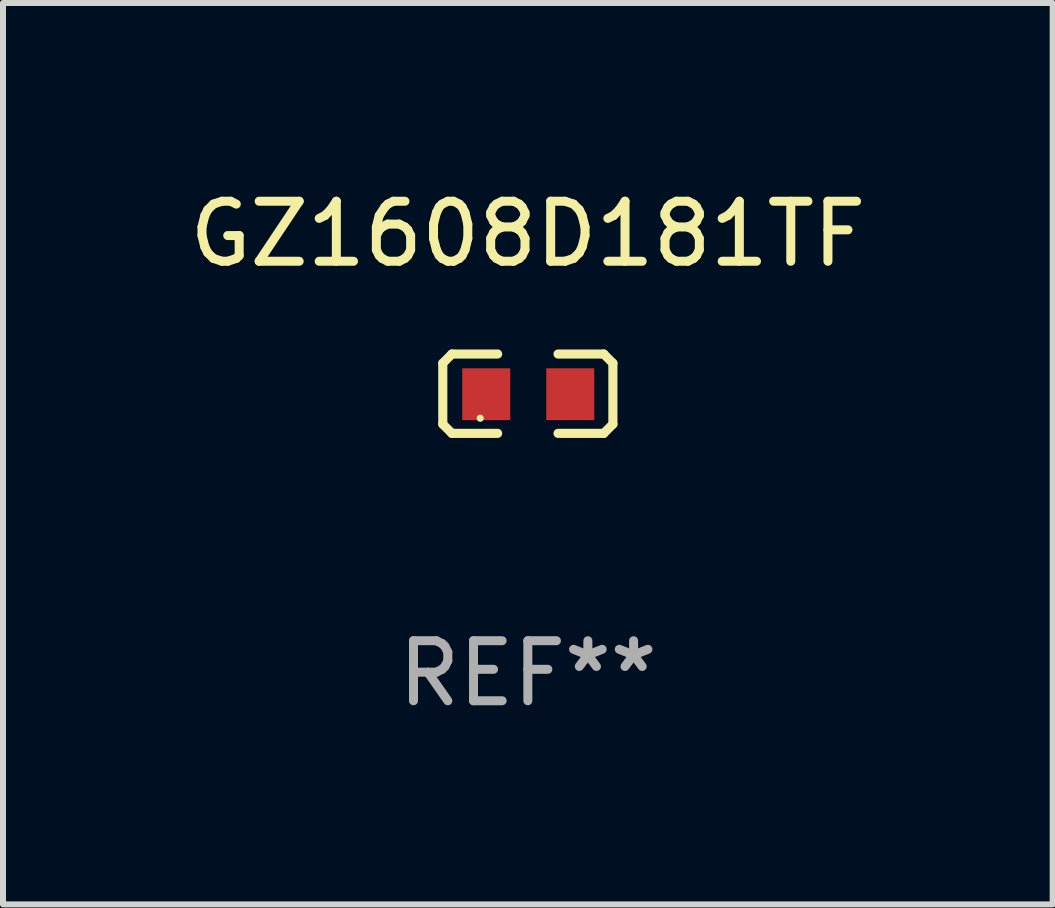
<source format=kicad_pcb>
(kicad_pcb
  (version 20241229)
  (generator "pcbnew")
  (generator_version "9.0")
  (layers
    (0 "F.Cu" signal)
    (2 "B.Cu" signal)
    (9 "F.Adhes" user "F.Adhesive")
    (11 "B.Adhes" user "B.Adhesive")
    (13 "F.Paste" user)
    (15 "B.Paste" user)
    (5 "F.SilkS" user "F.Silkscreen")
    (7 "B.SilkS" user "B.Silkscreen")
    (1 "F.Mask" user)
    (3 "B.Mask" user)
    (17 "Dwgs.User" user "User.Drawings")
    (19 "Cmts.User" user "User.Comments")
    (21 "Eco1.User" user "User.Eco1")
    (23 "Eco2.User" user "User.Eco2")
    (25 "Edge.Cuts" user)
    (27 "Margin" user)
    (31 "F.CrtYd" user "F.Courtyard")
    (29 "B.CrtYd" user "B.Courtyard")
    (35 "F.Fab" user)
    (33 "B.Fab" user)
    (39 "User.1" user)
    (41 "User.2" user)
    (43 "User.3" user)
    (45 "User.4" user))
  (footprint "GZ1608D181TF"
    (layer "F.Cu")
    (at 5.744 3.509)
    (property "Reference" "GZ1608D181TF" (at 0 -2.661 0) (layer "F.SilkS") (effects (font (size 1 1) (thickness 0.15))))
    (attr through_hole)
    (fp_line (start -1.417 -0.508) (end -1.265 -0.661) (stroke (width 0.152) (type solid)) (layer "F.SilkS"))
    (fp_line (start -1.417 0.508) (end -1.417 -0.508) (stroke (width 0.152) (type solid)) (layer "F.SilkS"))
    (fp_line (start -1.265 -0.661) (end -0.503 -0.661) (stroke (width 0.152) (type solid)) (layer "F.SilkS"))
    (fp_line (start -1.265 0.661) (end -1.417 0.508) (stroke (width 0.152) (type solid)) (layer "F.SilkS"))
    (fp_line (start -1.265 0.661) (end -0.503 0.661) (stroke (width 0.152) (type solid)) (layer "F.SilkS"))
    (fp_line (start 1.265 -0.661) (end 0.503 -0.661) (stroke (width 0.152) (type solid)) (layer "F.SilkS"))
    (fp_line (start 1.265 -0.661) (end 1.417 -0.508) (stroke (width 0.152) (type solid)) (layer "F.SilkS"))
    (fp_line (start 1.265 0.661) (end 0.503 0.661) (stroke (width 0.152) (type solid)) (layer "F.SilkS"))
    (fp_line (start 1.417 -0.508) (end 1.417 0.508) (stroke (width 0.152) (type solid)) (layer "F.SilkS"))
    (fp_line (start 1.417 0.508) (end 1.265 0.661) (stroke (width 0.152) (type solid)) (layer "F.SilkS"))
    (fp_circle (center -0.793 0.409) (end -0.763 0.409) (stroke (width 0.06) (type solid)) (fill no) (layer "F.SilkS"))
    (fp_text user "REF**" (at 0 4.661 0) (layer "F.Fab") (effects (font (size 1 1) (thickness 0.15))))
    (pad "1" smd rect (at -0.693 0.009 180) (size 0.8 0.864) (layers "F.Cu" "F.Mask" "F.Paste"))
    (pad "2" smd rect (at 0.707 0.009 180) (size 0.8 0.864) (layers "F.Cu" "F.Mask" "F.Paste")))
  (gr_rect
    (start -3 -3)
    (end 14.488 12.018)
    (stroke (width 0.1) (type default))
    (fill no)
    (layer "Edge.Cuts")))
</source>
